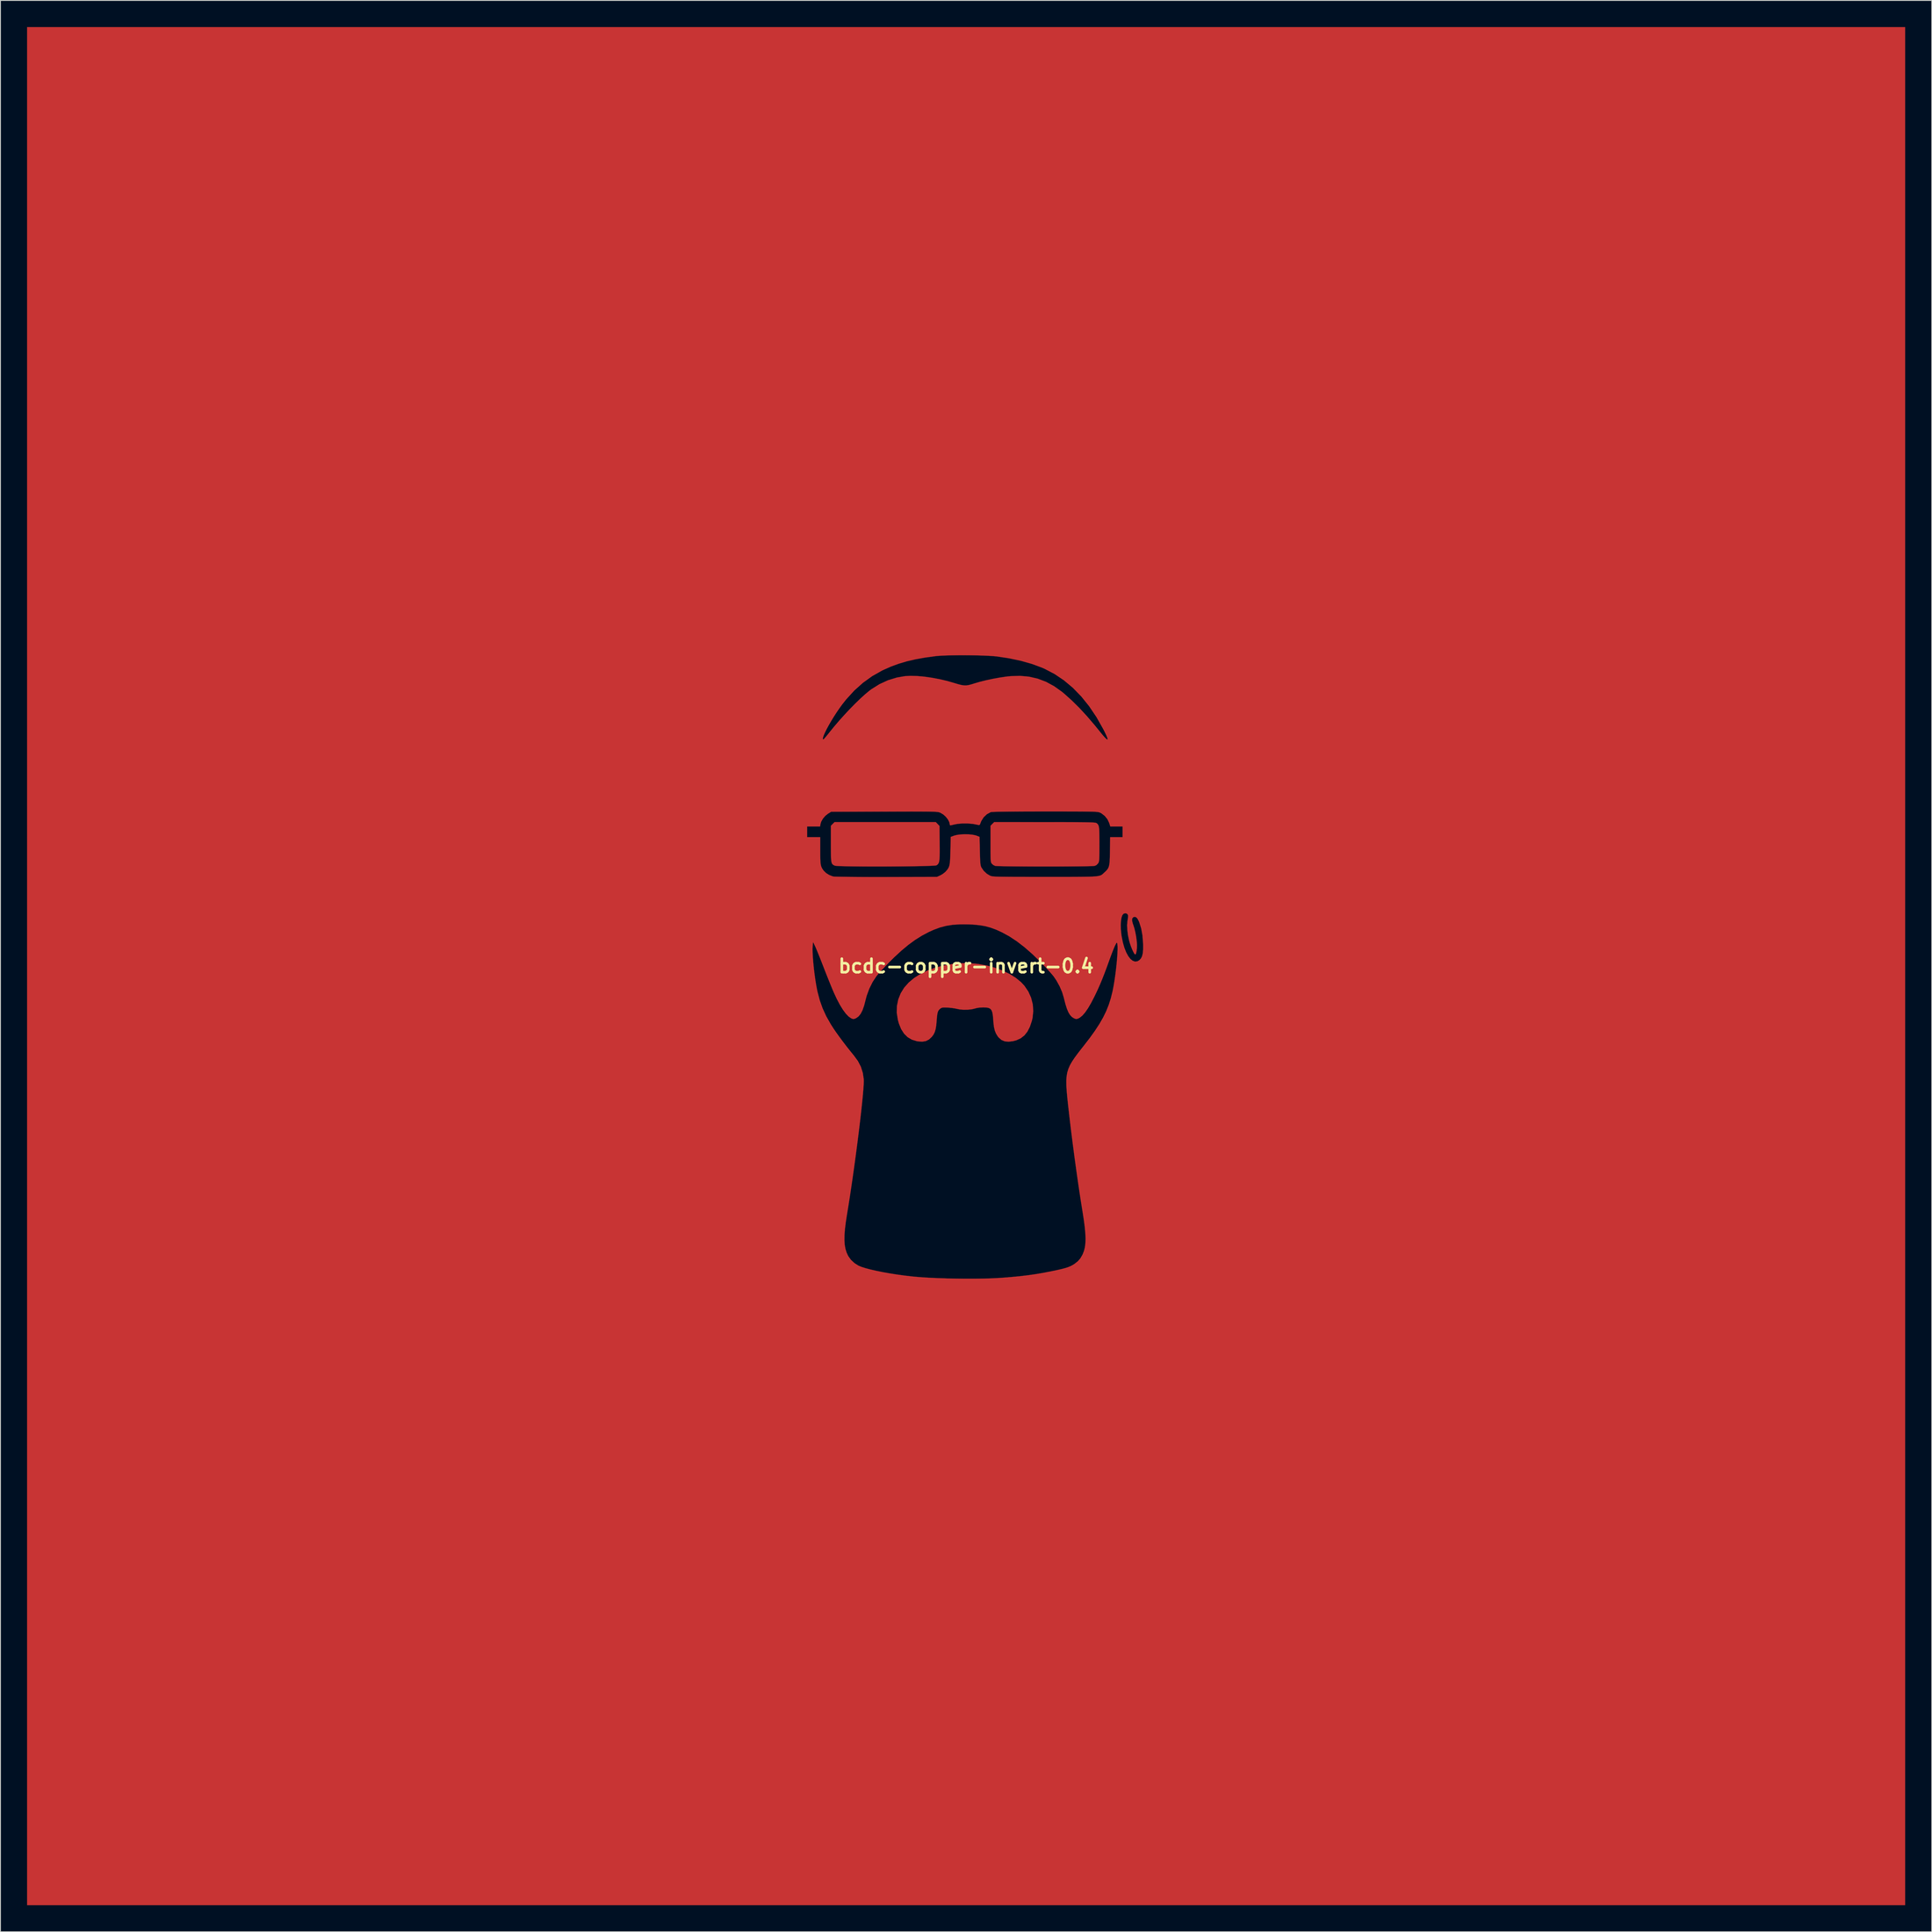
<source format=kicad_pcb>
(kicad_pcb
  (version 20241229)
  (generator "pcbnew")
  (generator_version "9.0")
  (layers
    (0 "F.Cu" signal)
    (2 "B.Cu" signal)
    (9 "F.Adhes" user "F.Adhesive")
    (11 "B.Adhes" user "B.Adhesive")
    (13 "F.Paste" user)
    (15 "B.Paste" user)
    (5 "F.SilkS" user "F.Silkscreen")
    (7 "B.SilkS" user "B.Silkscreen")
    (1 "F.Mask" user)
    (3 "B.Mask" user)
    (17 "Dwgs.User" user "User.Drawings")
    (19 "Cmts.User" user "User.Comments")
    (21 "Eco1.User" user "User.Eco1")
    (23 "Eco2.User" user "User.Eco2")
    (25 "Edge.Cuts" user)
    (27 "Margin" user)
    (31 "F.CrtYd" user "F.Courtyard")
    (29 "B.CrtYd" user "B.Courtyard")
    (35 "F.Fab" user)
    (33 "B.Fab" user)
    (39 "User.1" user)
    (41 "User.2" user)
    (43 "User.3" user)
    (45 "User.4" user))
  (footprint "bcdc-copper-invert-0.4"
    (layer "F.Cu")
    (at 105.838 105.838)
    (property "Reference" "bcdc-copper-invert-0.4" (at 0 0 0) (layer "F.SilkS") (effects (font (size 1.524 1.524) (thickness 0.3))))
    (attr through_hole)
    (fp_poly (pts (xy -2.999 -15.795) (xy -2.978 -13.859) (xy -2.972 -13.232) (xy -2.973 -12.73) (xy -2.982 -12.336) (xy -3.001 -12.036) (xy -3.032 -11.812) (xy -3.079 -11.648) (xy -3.143 -11.529) (xy -3.226 -11.439) (xy -3.332 -11.36) (xy -3.334 -11.359) (xy -3.434 -11.338) (xy -3.663 -11.319) (xy -4.006 -11.302) (xy -4.451 -11.286) (xy -4.984 -11.272) (xy -5.593 -11.259) (xy -6.263 -11.249) (xy -6.982 -11.24) (xy -7.737 -11.233) (xy -8.514 -11.228) (xy -9.301 -11.225) (xy -10.083 -11.224) (xy -10.848 -11.225) (xy -11.583 -11.228) (xy -12.275 -11.233) (xy -12.909 -11.241) (xy -13.474 -11.251) (xy -13.956 -11.263) (xy -14.341 -11.277) (xy -14.617 -11.294) (xy -14.77 -11.313) (xy -14.79 -11.319) (xy -14.914 -11.376) (xy -15.013 -11.438) (xy -15.09 -11.52) (xy -15.147 -11.637) (xy -15.187 -11.806) (xy -15.214 -12.041) (xy -15.229 -12.359) (xy -15.237 -12.776) (xy -15.24 -13.306) (xy -15.24 -13.779) (xy -15.24 -15.815) (xy -15.034 -16.022) (xy -14.828 -16.228) (xy -3.413 -16.228) (xy -2.999 -15.795)) (stroke (width 0.01) (type solid)) (fill yes) (layer "F.Cu"))
    (fp_poly (pts (xy 8.867 -16.226) (xy 9.901 -16.226) (xy 10.803 -16.225) (xy 11.583 -16.223) (xy 12.249 -16.221) (xy 12.811 -16.218) (xy 13.278 -16.214) (xy 13.66 -16.208) (xy 13.965 -16.2) (xy 14.203 -16.191) (xy 14.383 -16.18) (xy 14.514 -16.167) (xy 14.606 -16.151) (xy 14.667 -16.133) (xy 14.708 -16.112) (xy 14.72 -16.103) (xy 14.808 -16.025) (xy 14.878 -15.939) (xy 14.931 -15.829) (xy 14.97 -15.677) (xy 14.997 -15.466) (xy 15.014 -15.181) (xy 15.023 -14.804) (xy 15.027 -14.319) (xy 15.028 -13.745) (xy 15.027 -13.169) (xy 15.025 -12.716) (xy 15.019 -12.37) (xy 15.009 -12.112) (xy 14.994 -11.925) (xy 14.972 -11.792) (xy 14.942 -11.695) (xy 14.904 -11.616) (xy 14.891 -11.593) (xy 14.683 -11.38) (xy 14.485 -11.294) (xy 14.368 -11.281) (xy 14.124 -11.269) (xy 13.765 -11.259) (xy 13.306 -11.25) (xy 12.761 -11.242) (xy 12.142 -11.236) (xy 11.463 -11.231) (xy 10.739 -11.227) (xy 9.981 -11.225) (xy 9.204 -11.224) (xy 8.422 -11.224) (xy 7.647 -11.226) (xy 6.894 -11.229) (xy 6.176 -11.233) (xy 5.506 -11.238) (xy 4.898 -11.245) (xy 4.366 -11.253) (xy 3.923 -11.263) (xy 3.582 -11.273) (xy 3.357 -11.285) (xy 3.268 -11.296) (xy 3.059 -11.401) (xy 2.897 -11.546) (xy 2.855 -11.606) (xy 2.822 -11.675) (xy 2.797 -11.772) (xy 2.778 -11.911) (xy 2.766 -12.111) (xy 2.758 -12.388) (xy 2.754 -12.757) (xy 2.752 -13.236) (xy 2.752 -13.773) (xy 2.752 -15.815) (xy 2.958 -16.022) (xy 3.164 -16.228) (xy 8.867 -16.226)) (stroke (width 0.01) (type solid)) (fill yes) (layer "F.Cu"))
    (fp_poly (pts (xy 0.427 -0.328) (xy 1.386 -0.239) (xy 2.329 -0.067) (xy 3.238 0.182) (xy 4.097 0.5) (xy 4.887 0.881) (xy 5.591 1.319) (xy 6.19 1.808) (xy 6.568 2.213) (xy 7.011 2.865) (xy 7.327 3.569) (xy 7.515 4.31) (xy 7.57 5.074) (xy 7.49 5.844) (xy 7.412 6.175) (xy 7.188 6.842) (xy 6.91 7.384) (xy 6.571 7.811) (xy 6.162 8.133) (xy 5.673 8.358) (xy 5.306 8.458) (xy 4.79 8.524) (xy 4.354 8.481) (xy 3.986 8.324) (xy 3.672 8.05) (xy 3.561 7.911) (xy 3.37 7.599) (xy 3.231 7.252) (xy 3.137 6.84) (xy 3.078 6.329) (xy 3.065 6.138) (xy 3.027 5.642) (xy 2.97 5.269) (xy 2.88 5.002) (xy 2.745 4.825) (xy 2.552 4.72) (xy 2.287 4.67) (xy 1.94 4.657) (xy 1.555 4.674) (xy 1.221 4.721) (xy 1.05 4.768) (xy 0.676 4.86) (xy 0.222 4.912) (xy -0.258 4.921) (xy -0.709 4.885) (xy -0.988 4.83) (xy -1.283 4.768) (xy -1.649 4.715) (xy -2.016 4.681) (xy -2.084 4.677) (xy -2.396 4.666) (xy -2.604 4.672) (xy -2.744 4.7) (xy -2.854 4.755) (xy -2.918 4.803) (xy -3.046 4.921) (xy -3.141 5.06) (xy -3.209 5.245) (xy -3.258 5.503) (xy -3.296 5.859) (xy -3.319 6.174) (xy -3.367 6.7) (xy -3.437 7.115) (xy -3.538 7.447) (xy -3.678 7.726) (xy -3.863 7.974) (xy -4.182 8.272) (xy -4.538 8.452) (xy -4.952 8.521) (xy -5.442 8.483) (xy -5.555 8.463) (xy -6.113 8.29) (xy -6.592 8.008) (xy -6.993 7.611) (xy -7.321 7.099) (xy -7.576 6.467) (xy -7.688 6.063) (xy -7.812 5.271) (xy -7.797 4.503) (xy -7.644 3.757) (xy -7.368 3.063) (xy -6.98 2.434) (xy -6.47 1.857) (xy -5.847 1.335) (xy -5.121 0.874) (xy -4.302 0.479) (xy -3.402 0.155) (xy -2.43 -0.092) (xy -1.396 -0.258) (xy -0.529 -0.329) (xy 0.427 -0.328)) (stroke (width 0.01) (type solid)) (fill yes) (layer "F.Cu"))
    (fp_poly (pts (xy 105.833 105.833) (xy -105.833 105.833) (xy -105.833 -1.958) (xy -17.308 -1.958) (xy -17.301 -1.509) (xy -17.271 -0.971) (xy -17.222 -0.369) (xy -17.157 0.273) (xy -17.078 0.929) (xy -16.987 1.574) (xy -16.887 2.185) (xy -16.782 2.736) (xy -16.749 2.887) (xy -16.494 3.854) (xy -16.173 4.76) (xy -15.769 5.641) (xy -15.265 6.534) (xy -14.956 7.02) (xy -14.667 7.443) (xy -14.311 7.94) (xy -13.911 8.479) (xy -13.494 9.026) (xy -13.082 9.549) (xy -12.702 10.015) (xy -12.66 10.065) (xy -12.195 10.699) (xy -11.859 11.347) (xy -11.642 12.038) (xy -11.536 12.741) (xy -11.531 12.995) (xy -11.546 13.377) (xy -11.58 13.876) (xy -11.631 14.481) (xy -11.698 15.181) (xy -11.78 15.965) (xy -11.875 16.821) (xy -11.982 17.739) (xy -12.099 18.707) (xy -12.225 19.714) (xy -12.36 20.749) (xy -12.5 21.801) (xy -12.646 22.859) (xy -12.795 23.911) (xy -12.946 24.947) (xy -13.098 25.955) (xy -13.25 26.924) (xy -13.4 27.843) (xy -13.416 27.94) (xy -13.557 28.846) (xy -13.654 29.632) (xy -13.707 30.313) (xy -13.715 30.904) (xy -13.679 31.42) (xy -13.597 31.875) (xy -13.47 32.284) (xy -13.296 32.661) (xy -13.286 32.68) (xy -12.987 33.1) (xy -12.586 33.475) (xy -12.14 33.759) (xy -11.805 33.899) (xy -11.346 34.046) (xy -10.782 34.196) (xy -10.128 34.346) (xy -9.402 34.493) (xy -8.622 34.632) (xy -7.804 34.762) (xy -6.966 34.877) (xy -6.126 34.976) (xy -5.927 34.996) (xy -5.14 35.064) (xy -4.241 35.121) (xy -3.255 35.167) (xy -2.212 35.201) (xy -1.138 35.224) (xy -0.06 35.235) (xy 0.993 35.234) (xy 1.994 35.22) (xy 2.915 35.192) (xy 3.73 35.151) (xy 3.881 35.141) (xy 4.984 35.055) (xy 5.981 34.961) (xy 6.904 34.853) (xy 7.789 34.727) (xy 8.669 34.579) (xy 9.578 34.404) (xy 9.631 34.393) (xy 10.253 34.263) (xy 10.756 34.147) (xy 11.161 34.04) (xy 11.49 33.935) (xy 11.762 33.825) (xy 11.998 33.703) (xy 12.193 33.582) (xy 12.578 33.284) (xy 12.871 32.952) (xy 13.112 32.538) (xy 13.159 32.437) (xy 13.294 32.083) (xy 13.39 31.692) (xy 13.446 31.249) (xy 13.464 30.742) (xy 13.443 30.154) (xy 13.382 29.474) (xy 13.282 28.687) (xy 13.142 27.779) (xy 13.134 27.728) (xy 12.909 26.323) (xy 12.68 24.808) (xy 12.451 23.216) (xy 12.225 21.579) (xy 12.008 19.929) (xy 11.803 18.297) (xy 11.615 16.715) (xy 11.497 15.663) (xy 11.406 14.812) (xy 11.339 14.082) (xy 11.3 13.454) (xy 11.295 12.908) (xy 11.328 12.426) (xy 11.405 11.989) (xy 11.53 11.578) (xy 11.708 11.173) (xy 11.945 10.756) (xy 12.246 10.307) (xy 12.615 9.808) (xy 13.057 9.24) (xy 13.261 8.983) (xy 13.946 8.096) (xy 14.532 7.28) (xy 15.028 6.518) (xy 15.445 5.791) (xy 15.791 5.082) (xy 16.075 4.371) (xy 16.309 3.642) (xy 16.5 2.874) (xy 16.541 2.681) (xy 16.642 2.146) (xy 16.737 1.56) (xy 16.825 0.944) (xy 16.902 0.319) (xy 16.968 -0.295) (xy 17.02 -0.876) (xy 17.057 -1.406) (xy 17.075 -1.863) (xy 17.074 -2.226) (xy 17.051 -2.475) (xy 17.043 -2.512) (xy 17.012 -2.619) (xy 16.978 -2.645) (xy 16.924 -2.577) (xy 16.831 -2.401) (xy 16.794 -2.328) (xy 16.706 -2.134) (xy 16.583 -1.837) (xy 16.439 -1.467) (xy 16.284 -1.054) (xy 16.157 -0.706) (xy 15.856 0.129) (xy 15.583 0.856) (xy 15.329 1.5) (xy 15.083 2.09) (xy 14.833 2.653) (xy 14.568 3.214) (xy 14.464 3.428) (xy 14.087 4.157) (xy 13.738 4.754) (xy 13.412 5.226) (xy 13.105 5.577) (xy 12.812 5.814) (xy 12.644 5.903) (xy 12.471 5.961) (xy 12.325 5.949) (xy 12.16 5.882) (xy 11.927 5.734) (xy 11.722 5.516) (xy 11.538 5.216) (xy 11.368 4.819) (xy 11.205 4.311) (xy 11.042 3.679) (xy 11.015 3.563) (xy 10.823 2.931) (xy 10.539 2.271) (xy 10.187 1.631) (xy 9.869 1.164) (xy 9.703 0.96) (xy 9.459 0.681) (xy 9.16 0.35) (xy 8.827 -0.006) (xy 8.483 -0.365) (xy 8.435 -0.414) (xy 7.495 -1.331) (xy 6.593 -2.122) (xy 5.718 -2.796) (xy 4.859 -3.361) (xy 4.039 -3.808) (xy 3.384 -4.107) (xy 2.769 -4.334) (xy 2.154 -4.5) (xy 1.502 -4.612) (xy 1.339 -4.628) (xy 17.43 -4.628) (xy 17.444 -4.118) (xy 17.499 -3.57) (xy 17.533 -3.339) (xy 17.669 -2.659) (xy 17.842 -2.058) (xy 18.046 -1.543) (xy 18.275 -1.122) (xy 18.522 -0.803) (xy 18.782 -0.595) (xy 19.048 -0.505) (xy 19.316 -0.541) (xy 19.538 -0.676) (xy 19.71 -0.866) (xy 19.834 -1.114) (xy 19.913 -1.439) (xy 19.952 -1.858) (xy 19.953 -2.391) (xy 19.946 -2.608) (xy 19.875 -3.478) (xy 19.736 -4.24) (xy 19.527 -4.909) (xy 19.448 -5.099) (xy 19.293 -5.381) (xy 19.13 -5.528) (xy 18.951 -5.548) (xy 18.841 -5.505) (xy 18.723 -5.365) (xy 18.706 -5.127) (xy 18.789 -4.789) (xy 18.837 -4.661) (xy 18.961 -4.28) (xy 19.075 -3.81) (xy 19.169 -3.302) (xy 19.234 -2.81) (xy 19.261 -2.385) (xy 19.261 -2.353) (xy 19.249 -2.006) (xy 19.216 -1.704) (xy 19.167 -1.471) (xy 19.108 -1.332) (xy 19.045 -1.309) (xy 18.95 -1.419) (xy 18.83 -1.635) (xy 18.698 -1.925) (xy 18.567 -2.26) (xy 18.449 -2.609) (xy 18.375 -2.868) (xy 18.247 -3.477) (xy 18.171 -4.071) (xy 18.149 -4.618) (xy 18.184 -5.08) (xy 18.201 -5.174) (xy 18.241 -5.426) (xy 18.255 -5.645) (xy 18.246 -5.748) (xy 18.146 -5.897) (xy 17.975 -5.958) (xy 17.778 -5.916) (xy 17.735 -5.892) (xy 17.607 -5.732) (xy 17.513 -5.455) (xy 17.453 -5.08) (xy 17.43 -4.628) (xy 1.339 -4.628) (xy 0.777 -4.68) (xy 0.212 -4.706) (xy -0.695 -4.708) (xy -1.503 -4.655) (xy -2.245 -4.537) (xy -2.954 -4.351) (xy -3.664 -4.088) (xy -4.198 -3.846) (xy -4.981 -3.432) (xy -5.745 -2.953) (xy -6.509 -2.395) (xy -7.29 -1.745) (xy -8.106 -0.99) (xy -8.633 -0.466) (xy -8.983 -0.106) (xy -9.321 0.251) (xy -9.628 0.583) (xy -9.882 0.867) (xy -10.063 1.082) (xy -10.1 1.129) (xy -10.54 1.798) (xy -10.916 2.554) (xy -11.207 3.35) (xy -11.329 3.813) (xy -11.495 4.457) (xy -11.676 4.972) (xy -11.881 5.37) (xy -12.114 5.662) (xy -12.383 5.859) (xy -12.473 5.902) (xy -12.648 5.961) (xy -12.794 5.949) (xy -12.951 5.885) (xy -13.241 5.686) (xy -13.554 5.359) (xy -13.885 4.912) (xy -14.229 4.353) (xy -14.578 3.691) (xy -14.886 3.03) (xy -15.031 2.695) (xy -15.213 2.257) (xy -15.42 1.747) (xy -15.641 1.196) (xy -15.864 0.632) (xy -16.046 0.164) (xy -16.247 -0.352) (xy -16.443 -0.851) (xy -16.627 -1.309) (xy -16.788 -1.705) (xy -16.918 -2.015) (xy -17.008 -2.217) (xy -17.01 -2.223) (xy -17.245 -2.716) (xy -17.292 -2.293) (xy -17.308 -1.958) (xy -105.833 -1.958) (xy -105.833 -15.734) (xy -17.921 -15.734) (xy -17.921 -14.534) (xy -16.439 -14.534) (xy -16.439 -13.015) (xy -16.438 -12.464) (xy -16.429 -12.032) (xy -16.411 -11.698) (xy -16.379 -11.44) (xy -16.329 -11.236) (xy -16.257 -11.065) (xy -16.161 -10.904) (xy -16.047 -10.747) (xy -15.784 -10.491) (xy -15.436 -10.271) (xy -15.058 -10.12) (xy -14.947 -10.094) (xy -14.83 -10.084) (xy -14.582 -10.076) (xy -14.217 -10.068) (xy -13.743 -10.061) (xy -13.174 -10.055) (xy -12.521 -10.05) (xy -11.794 -10.046) (xy -11.005 -10.043) (xy -10.165 -10.042) (xy -9.286 -10.043) (xy -8.961 -10.043) (xy -3.281 -10.054) (xy -2.911 -10.221) (xy -2.645 -10.373) (xy -2.388 -10.571) (xy -2.287 -10.67) (xy -2.14 -10.839) (xy -2.027 -10.997) (xy -1.941 -11.164) (xy -1.879 -11.362) (xy -1.835 -11.612) (xy -1.806 -11.935) (xy -1.785 -12.353) (xy -1.769 -12.886) (xy -1.766 -13.013) (xy -1.729 -14.561) (xy -1.341 -14.706) (xy -1.02 -14.788) (xy -0.61 -14.839) (xy -0.152 -14.859) (xy 0.31 -14.849) (xy 0.734 -14.807) (xy 1.077 -14.735) (xy 1.164 -14.705) (xy 1.517 -14.566) (xy 1.552 -12.98) (xy 1.565 -12.453) (xy 1.579 -12.046) (xy 1.596 -11.74) (xy 1.617 -11.514) (xy 1.644 -11.348) (xy 1.68 -11.222) (xy 1.724 -11.119) (xy 1.983 -10.737) (xy 2.337 -10.407) (xy 2.675 -10.204) (xy 2.734 -10.177) (xy 2.796 -10.154) (xy 2.87 -10.134) (xy 2.965 -10.117) (xy 3.091 -10.102) (xy 3.258 -10.09) (xy 3.473 -10.08) (xy 3.748 -10.072) (xy 4.091 -10.066) (xy 4.512 -10.062) (xy 5.02 -10.058) (xy 5.624 -10.056) (xy 6.335 -10.055) (xy 7.161 -10.054) (xy 8.112 -10.054) (xy 8.89 -10.054) (xy 9.961 -10.054) (xy 10.9 -10.054) (xy 11.717 -10.054) (xy 12.421 -10.056) (xy 13.021 -10.06) (xy 13.528 -10.067) (xy 13.949 -10.077) (xy 14.295 -10.092) (xy 14.575 -10.111) (xy 14.798 -10.136) (xy 14.975 -10.168) (xy 15.113 -10.207) (xy 15.223 -10.253) (xy 15.314 -10.308) (xy 15.395 -10.372) (xy 15.475 -10.446) (xy 15.565 -10.531) (xy 15.599 -10.562) (xy 15.778 -10.73) (xy 15.916 -10.886) (xy 16.021 -11.05) (xy 16.096 -11.244) (xy 16.147 -11.488) (xy 16.18 -11.803) (xy 16.2 -12.209) (xy 16.211 -12.728) (xy 16.215 -12.965) (xy 16.237 -14.534) (xy 17.639 -14.534) (xy 17.639 -15.734) (xy 16.254 -15.734) (xy 16.129 -16.13) (xy 15.93 -16.552) (xy 15.627 -16.926) (xy 15.257 -17.214) (xy 15.132 -17.28) (xy 15.074 -17.306) (xy 15.013 -17.329) (xy 14.938 -17.349) (xy 14.842 -17.366) (xy 14.714 -17.38) (xy 14.545 -17.392) (xy 14.326 -17.402) (xy 14.048 -17.409) (xy 13.7 -17.415) (xy 13.274 -17.42) (xy 12.76 -17.423) (xy 12.149 -17.425) (xy 11.432 -17.426) (xy 10.598 -17.427) (xy 9.64 -17.427) (xy 8.895 -17.427) (xy 7.664 -17.426) (xy 6.572 -17.424) (xy 5.62 -17.419) (xy 4.806 -17.413) (xy 4.13 -17.405) (xy 3.591 -17.396) (xy 3.187 -17.384) (xy 2.919 -17.371) (xy 2.784 -17.356) (xy 2.774 -17.353) (xy 2.338 -17.116) (xy 1.975 -16.771) (xy 1.707 -16.34) (xy 1.626 -16.134) (xy 1.56 -15.963) (xy 1.488 -15.898) (xy 1.373 -15.908) (xy 1.351 -15.914) (xy 0.803 -16.022) (xy 0.194 -16.077) (xy -0.426 -16.079) (xy -1.004 -16.025) (xy -1.358 -15.954) (xy -1.607 -15.892) (xy -1.75 -15.867) (xy -1.816 -15.879) (xy -1.834 -15.929) (xy -1.834 -15.95) (xy -1.895 -16.234) (xy -2.057 -16.542) (xy -2.296 -16.842) (xy -2.585 -17.099) (xy -2.892 -17.279) (xy -2.955 -17.305) (xy -3.02 -17.329) (xy -3.095 -17.349) (xy -3.19 -17.366) (xy -3.315 -17.38) (xy -3.479 -17.392) (xy -3.691 -17.401) (xy -3.96 -17.408) (xy -4.296 -17.414) (xy -4.708 -17.417) (xy -5.206 -17.419) (xy -5.799 -17.419) (xy -6.496 -17.418) (xy -7.307 -17.417) (xy -8.24 -17.414) (xy -9.229 -17.411) (xy -15.216 -17.392) (xy -15.563 -17.178) (xy -15.87 -16.934) (xy -16.136 -16.62) (xy -16.33 -16.281) (xy -16.414 -16.007) (xy -16.457 -15.734) (xy -17.921 -15.734) (xy -105.833 -15.734) (xy -105.833 -25.599) (xy -16.148 -25.599) (xy -16.096 -25.541) (xy -16.094 -25.541) (xy -16.03 -25.594) (xy -15.897 -25.738) (xy -15.713 -25.955) (xy -15.494 -26.224) (xy -15.407 -26.335) (xy -14.873 -26.993) (xy -14.3 -27.664) (xy -13.702 -28.33) (xy -13.096 -28.977) (xy -12.498 -29.585) (xy -11.926 -30.14) (xy -11.394 -30.624) (xy -10.919 -31.02) (xy -10.672 -31.206) (xy -9.755 -31.779) (xy -8.795 -32.219) (xy -7.794 -32.525) (xy -6.894 -32.68) (xy -6.263 -32.716) (xy -5.529 -32.695) (xy -4.721 -32.623) (xy -3.863 -32.501) (xy -2.982 -32.335) (xy -2.105 -32.127) (xy -1.372 -31.916) (xy -0.911 -31.777) (xy -0.549 -31.685) (xy -0.25 -31.638) (xy 0.021 -31.635) (xy 0.299 -31.676) (xy 0.619 -31.76) (xy 0.926 -31.857) (xy 1.548 -32.039) (xy 2.265 -32.217) (xy 3.029 -32.38) (xy 3.796 -32.52) (xy 4.517 -32.627) (xy 4.995 -32.679) (xy 6.071 -32.714) (xy 7.094 -32.62) (xy 8.072 -32.395) (xy 9.011 -32.038) (xy 9.919 -31.546) (xy 10.802 -30.917) (xy 11.081 -30.685) (xy 11.926 -29.925) (xy 12.763 -29.097) (xy 13.608 -28.183) (xy 14.478 -27.166) (xy 15.037 -26.478) (xy 15.375 -26.064) (xy 15.635 -25.767) (xy 15.818 -25.589) (xy 15.924 -25.529) (xy 15.953 -25.587) (xy 15.906 -25.763) (xy 15.782 -26.058) (xy 15.581 -26.472) (xy 15.454 -26.72) (xy 14.689 -28.073) (xy 13.863 -29.299) (xy 12.978 -30.397) (xy 12.033 -31.368) (xy 11.029 -32.21) (xy 9.965 -32.925) (xy 8.842 -33.512) (xy 8.572 -33.63) (xy 7.431 -34.054) (xy 6.171 -34.411) (xy 4.803 -34.699) (xy 3.457 -34.902) (xy 3.056 -34.941) (xy 2.541 -34.973) (xy 1.935 -34.999) (xy 1.265 -35.018) (xy 0.553 -35.031) (xy -0.177 -35.036) (xy -0.899 -35.035) (xy -1.59 -35.026) (xy -2.226 -35.011) (xy -2.781 -34.988) (xy -3.233 -34.957) (xy -3.422 -34.938) (xy -4.617 -34.775) (xy -5.696 -34.581) (xy -6.682 -34.352) (xy -7.599 -34.08) (xy -8.471 -33.76) (xy -9.32 -33.384) (xy -9.49 -33.302) (xy -10.586 -32.682) (xy -11.623 -31.936) (xy -12.598 -31.064) (xy -13.509 -30.068) (xy -13.963 -29.494) (xy -14.29 -29.043) (xy -14.613 -28.569) (xy -14.925 -28.085) (xy -15.217 -27.605) (xy -15.483 -27.144) (xy -15.715 -26.715) (xy -15.904 -26.331) (xy -16.045 -26.009) (xy -16.129 -25.76) (xy -16.148 -25.599) (xy -105.833 -25.599) (xy -105.833 -105.833) (xy 105.833 -105.833) (xy 105.833 105.833)) (stroke (width 0.01) (type solid)) (fill yes) (layer "F.Cu")))
  (gr_rect
    (start -3 -3)
    (end 214.677 214.677)
    (stroke (width 0.1) (type default))
    (fill no)
    (layer "Edge.Cuts")))
</source>
